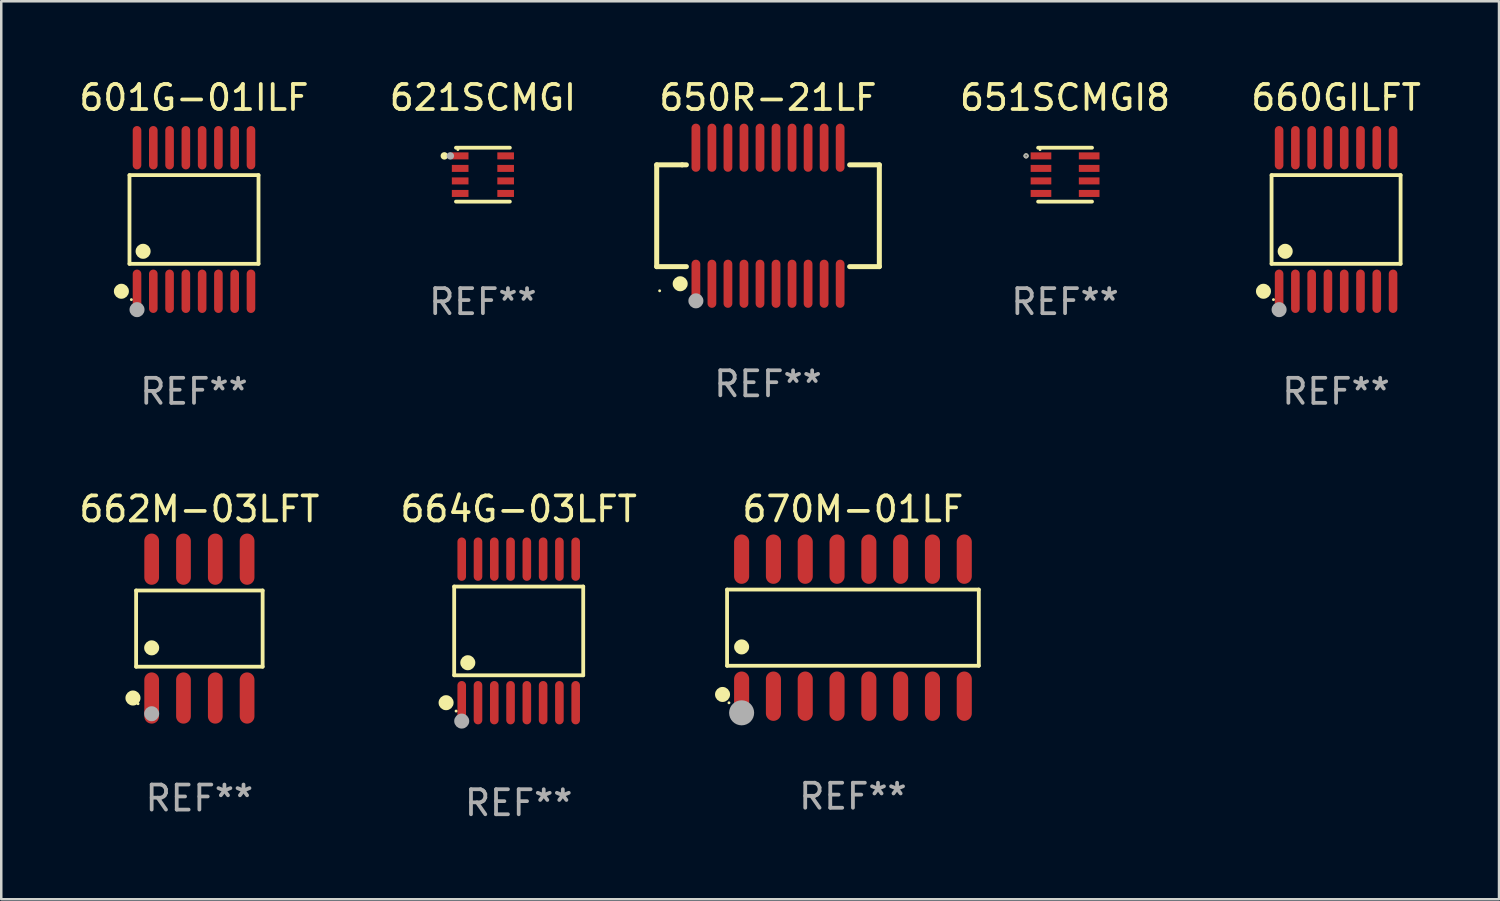
<source format=kicad_pcb>
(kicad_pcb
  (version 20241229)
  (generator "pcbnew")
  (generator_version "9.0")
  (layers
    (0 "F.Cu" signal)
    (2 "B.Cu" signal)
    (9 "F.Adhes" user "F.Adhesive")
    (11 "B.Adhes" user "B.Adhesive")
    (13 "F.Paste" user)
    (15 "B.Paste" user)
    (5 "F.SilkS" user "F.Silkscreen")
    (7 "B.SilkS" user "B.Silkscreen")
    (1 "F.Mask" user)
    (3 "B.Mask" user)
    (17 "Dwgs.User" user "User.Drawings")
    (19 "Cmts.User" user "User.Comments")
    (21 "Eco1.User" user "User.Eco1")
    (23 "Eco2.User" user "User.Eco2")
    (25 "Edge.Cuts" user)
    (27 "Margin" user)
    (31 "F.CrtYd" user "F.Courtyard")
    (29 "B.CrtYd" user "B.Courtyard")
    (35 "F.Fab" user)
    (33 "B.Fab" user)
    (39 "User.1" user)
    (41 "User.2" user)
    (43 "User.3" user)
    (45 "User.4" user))
  (footprint "662M-03LFT"
    (layer "F.Cu")
    (at 4.911 22.049)
    (property "Reference" "662M-03LFT" (at 0 -4.772 0) (layer "F.SilkS") (effects (font (size 1 1) (thickness 0.15))))
    (attr through_hole)
    (fp_line (start -2.526 -1.521) (end 2.526 -1.521) (stroke (width 0.152) (type solid)) (layer "F.SilkS"))
    (fp_line (start -2.526 1.521) (end -2.526 -1.521) (stroke (width 0.152) (type solid)) (layer "F.SilkS"))
    (fp_line (start 2.526 -1.521) (end 2.526 1.521) (stroke (width 0.152) (type solid)) (layer "F.SilkS"))
    (fp_line (start 2.526 1.521) (end -2.526 1.521) (stroke (width 0.152) (type solid)) (layer "F.SilkS"))
    (fp_circle (center -2.652 2.772) (end -2.501 2.772) (stroke (width 0.3) (type solid)) (fill no) (layer "F.SilkS"))
    (fp_circle (center -2.45 3) (end -2.42 3) (stroke (width 0.06) (type solid)) (fill no) (layer "F.SilkS"))
    (fp_circle (center -1.905 0.769) (end -1.755 0.769) (stroke (width 0.3) (type solid)) (fill no) (layer "F.SilkS"))
    (fp_circle (center -1.905 3.4) (end -1.755 3.4) (stroke (width 0.3) (type solid)) (fill no) (layer "F.Fab"))
    (fp_text user "REF**" (at 0 6.772 0) (layer "F.Fab") (effects (font (size 1 1) (thickness 0.15))))
    (pad "1" smd oval (at -1.905 2.772) (size 0.588 2.045) (layers "F.Cu" "F.Mask" "F.Paste"))
    (pad "2" smd oval (at -0.635 2.772) (size 0.588 2.045) (layers "F.Cu" "F.Mask" "F.Paste"))
    (pad "3" smd oval (at 0.635 2.772) (size 0.588 2.045) (layers "F.Cu" "F.Mask" "F.Paste"))
    (pad "4" smd oval (at 1.905 2.772) (size 0.588 2.045) (layers "F.Cu" "F.Mask" "F.Paste"))
    (pad "5" smd oval (at 1.905 -2.772) (size 0.588 2.045) (layers "F.Cu" "F.Mask" "F.Paste"))
    (pad "6" smd oval (at 0.635 -2.772) (size 0.588 2.045) (layers "F.Cu" "F.Mask" "F.Paste"))
    (pad "7" smd oval (at -0.635 -2.772) (size 0.588 2.045) (layers "F.Cu" "F.Mask" "F.Paste"))
    (pad "8" smd oval (at -1.905 -2.772) (size 0.588 2.045) (layers "F.Cu" "F.Mask" "F.Paste")))
  (footprint "601G-01ILF"
    (layer "F.Cu")
    (at 4.696 5.714)
    (property "Reference" "601G-01ILF" (at 0 -4.866 0) (layer "F.SilkS") (effects (font (size 1 1) (thickness 0.15))))
    (attr through_hole)
    (fp_line (start -2.576 -1.772) (end 2.576 -1.772) (stroke (width 0.152) (type solid)) (layer "F.SilkS"))
    (fp_line (start -2.576 1.771) (end -2.576 -1.772) (stroke (width 0.152) (type solid)) (layer "F.SilkS"))
    (fp_line (start 2.576 -1.772) (end 2.576 1.771) (stroke (width 0.152) (type solid)) (layer "F.SilkS"))
    (fp_line (start 2.576 1.771) (end -2.576 1.771) (stroke (width 0.152) (type solid)) (layer "F.SilkS"))
    (fp_circle (center -2.899 2.866) (end -2.749 2.866) (stroke (width 0.3) (type solid)) (fill no) (layer "F.SilkS"))
    (fp_circle (center -2.5 3.2) (end -2.47 3.2) (stroke (width 0.06) (type solid)) (fill no) (layer "F.SilkS"))
    (fp_circle (center -2.032 1.27) (end -1.882 1.27) (stroke (width 0.3) (type solid)) (fill no) (layer "F.SilkS"))
    (fp_circle (center -2.275 3.6) (end -2.125 3.6) (stroke (width 0.3) (type solid)) (fill no) (layer "F.Fab"))
    (fp_text user "REF**" (at 0 6.866 0) (layer "F.Fab") (effects (font (size 1 1) (thickness 0.15))))
    (pad "1" smd oval (at -2.275 2.866) (size 0.343 1.731) (layers "F.Cu" "F.Mask" "F.Paste"))
    (pad "2" smd oval (at -1.625 2.866) (size 0.343 1.731) (layers "F.Cu" "F.Mask" "F.Paste"))
    (pad "3" smd oval (at -0.975 2.866) (size 0.343 1.731) (layers "F.Cu" "F.Mask" "F.Paste"))
    (pad "4" smd oval (at -0.325 2.866) (size 0.343 1.731) (layers "F.Cu" "F.Mask" "F.Paste"))
    (pad "5" smd oval (at 0.325 2.866) (size 0.343 1.731) (layers "F.Cu" "F.Mask" "F.Paste"))
    (pad "6" smd oval (at 0.975 2.866) (size 0.343 1.731) (layers "F.Cu" "F.Mask" "F.Paste"))
    (pad "7" smd oval (at 1.625 2.866) (size 0.343 1.731) (layers "F.Cu" "F.Mask" "F.Paste"))
    (pad "8" smd oval (at 2.275 2.866) (size 0.343 1.731) (layers "F.Cu" "F.Mask" "F.Paste"))
    (pad "9" smd oval (at 2.275 -2.866) (size 0.343 1.731) (layers "F.Cu" "F.Mask" "F.Paste"))
    (pad "10" smd oval (at 1.625 -2.866) (size 0.343 1.731) (layers "F.Cu" "F.Mask" "F.Paste"))
    (pad "11" smd oval (at 0.975 -2.866) (size 0.343 1.731) (layers "F.Cu" "F.Mask" "F.Paste"))
    (pad "12" smd oval (at 0.325 -2.866) (size 0.343 1.731) (layers "F.Cu" "F.Mask" "F.Paste"))
    (pad "13" smd oval (at -0.325 -2.866) (size 0.343 1.731) (layers "F.Cu" "F.Mask" "F.Paste"))
    (pad "14" smd oval (at -0.975 -2.866) (size 0.343 1.731) (layers "F.Cu" "F.Mask" "F.Paste"))
    (pad "15" smd oval (at -1.625 -2.866) (size 0.343 1.731) (layers "F.Cu" "F.Mask" "F.Paste"))
    (pad "16" smd oval (at -2.275 -2.866) (size 0.343 1.731) (layers "F.Cu" "F.Mask" "F.Paste")))
  (footprint "650R-21LF"
    (layer "F.Cu")
    (at 27.616 5.564)
    (property "Reference" "650R-21LF" (at 0 -4.716 0) (layer "F.SilkS") (effects (font (size 1 1) (thickness 0.15))))
    (attr through_hole)
    (fp_line (start -4.445 -2.032) (end -4.445 2.032) (stroke (width 0.2) (type solid)) (layer "F.SilkS"))
    (fp_line (start -4.445 2.032) (end -3.259 2.032) (stroke (width 0.2) (type solid)) (layer "F.SilkS"))
    (fp_line (start -3.429 -2.032) (end -4.445 -2.032) (stroke (width 0.2) (type solid)) (layer "F.SilkS"))
    (fp_line (start -3.259 -2.032) (end -3.429 -2.032) (stroke (width 0.2) (type solid)) (layer "F.SilkS"))
    (fp_line (start 3.259 2.032) (end 4.445 2.032) (stroke (width 0.2) (type solid)) (layer "F.SilkS"))
    (fp_line (start 4.445 -2.032) (end 3.259 -2.032) (stroke (width 0.2) (type solid)) (layer "F.SilkS"))
    (fp_line (start 4.445 2.032) (end 4.445 -2.032) (stroke (width 0.2) (type solid)) (layer "F.SilkS"))
    (fp_circle (center -4.327 2.997) (end -4.297 2.997) (stroke (width 0.06) (type solid)) (fill no) (layer "F.SilkS"))
    (fp_circle (center -3.507 2.716) (end -3.357 2.716) (stroke (width 0.3) (type solid)) (fill no) (layer "F.SilkS"))
    (fp_circle (center -2.88 3.398) (end -2.73 3.398) (stroke (width 0.3) (type solid)) (fill no) (layer "F.Fab"))
    (fp_text user "REF**" (at 0 6.716 0) (layer "F.Fab") (effects (font (size 1 1) (thickness 0.15))))
    (pad "1" smd oval (at -2.88 2.716) (size 0.35 1.922) (layers "F.Cu" "F.Mask" "F.Paste"))
    (pad "2" smd oval (at -2.24 2.716) (size 0.35 1.922) (layers "F.Cu" "F.Mask" "F.Paste"))
    (pad "3" smd oval (at -1.6 2.716) (size 0.35 1.922) (layers "F.Cu" "F.Mask" "F.Paste"))
    (pad "4" smd oval (at -0.96 2.716) (size 0.35 1.922) (layers "F.Cu" "F.Mask" "F.Paste"))
    (pad "5" smd oval (at -0.32 2.716) (size 0.35 1.922) (layers "F.Cu" "F.Mask" "F.Paste"))
    (pad "6" smd oval (at 0.32 2.716) (size 0.35 1.922) (layers "F.Cu" "F.Mask" "F.Paste"))
    (pad "7" smd oval (at 0.96 2.716) (size 0.35 1.922) (layers "F.Cu" "F.Mask" "F.Paste"))
    (pad "8" smd oval (at 1.6 2.716) (size 0.35 1.922) (layers "F.Cu" "F.Mask" "F.Paste"))
    (pad "9" smd oval (at 2.24 2.716) (size 0.35 1.922) (layers "F.Cu" "F.Mask" "F.Paste"))
    (pad "10" smd oval (at 2.88 2.716) (size 0.35 1.922) (layers "F.Cu" "F.Mask" "F.Paste"))
    (pad "11" smd oval (at 2.88 -2.716) (size 0.35 1.922) (layers "F.Cu" "F.Mask" "F.Paste"))
    (pad "12" smd oval (at 2.24 -2.716) (size 0.35 1.922) (layers "F.Cu" "F.Mask" "F.Paste"))
    (pad "13" smd oval (at 1.6 -2.716) (size 0.35 1.922) (layers "F.Cu" "F.Mask" "F.Paste"))
    (pad "14" smd oval (at 0.96 -2.716) (size 0.35 1.922) (layers "F.Cu" "F.Mask" "F.Paste"))
    (pad "15" smd oval (at 0.32 -2.716) (size 0.35 1.922) (layers "F.Cu" "F.Mask" "F.Paste"))
    (pad "16" smd oval (at -0.32 -2.716) (size 0.35 1.922) (layers "F.Cu" "F.Mask" "F.Paste"))
    (pad "17" smd oval (at -0.96 -2.716) (size 0.35 1.922) (layers "F.Cu" "F.Mask" "F.Paste"))
    (pad "18" smd oval (at -1.6 -2.716) (size 0.35 1.922) (layers "F.Cu" "F.Mask" "F.Paste"))
    (pad "19" smd oval (at -2.24 -2.716) (size 0.35 1.922) (layers "F.Cu" "F.Mask" "F.Paste"))
    (pad "20" smd oval (at -2.88 -2.716) (size 0.35 1.922) (layers "F.Cu" "F.Mask" "F.Paste")))
  (footprint "670M-01LF"
    (layer "F.Cu")
    (at 31.007 22.012)
    (property "Reference" "670M-01LF" (at 0 -4.736 0) (layer "F.SilkS") (effects (font (size 1 1) (thickness 0.15))))
    (attr through_hole)
    (fp_line (start -5.026 -1.521) (end 5.026 -1.521) (stroke (width 0.152) (type solid)) (layer "F.SilkS"))
    (fp_line (start -5.026 1.521) (end -5.026 -1.521) (stroke (width 0.152) (type solid)) (layer "F.SilkS"))
    (fp_line (start 5.026 -1.521) (end 5.026 1.521) (stroke (width 0.152) (type solid)) (layer "F.SilkS"))
    (fp_line (start 5.026 1.521) (end -5.026 1.521) (stroke (width 0.152) (type solid)) (layer "F.SilkS"))
    (fp_circle (center -5.207 2.667) (end -5.057 2.667) (stroke (width 0.3) (type solid)) (fill no) (layer "F.SilkS"))
    (fp_circle (center -4.95 3) (end -4.92 3) (stroke (width 0.06) (type solid)) (fill no) (layer "F.SilkS"))
    (fp_circle (center -4.445 0.769) (end -4.295 0.769) (stroke (width 0.3) (type solid)) (fill no) (layer "F.SilkS"))
    (fp_circle (center -4.445 3.4) (end -4.195 3.4) (stroke (width 0.5) (type solid)) (fill no) (layer "F.Fab"))
    (fp_text user "REF**" (at 0 6.736 0) (layer "F.Fab") (effects (font (size 1 1) (thickness 0.15))))
    (pad "1" smd oval (at -4.445 2.736) (size 0.602 1.971) (layers "F.Cu" "F.Mask" "F.Paste"))
    (pad "2" smd oval (at -3.175 2.736) (size 0.602 1.971) (layers "F.Cu" "F.Mask" "F.Paste"))
    (pad "3" smd oval (at -1.905 2.736) (size 0.602 1.971) (layers "F.Cu" "F.Mask" "F.Paste"))
    (pad "4" smd oval (at -0.635 2.736) (size 0.602 1.971) (layers "F.Cu" "F.Mask" "F.Paste"))
    (pad "5" smd oval (at 0.635 2.736) (size 0.602 1.971) (layers "F.Cu" "F.Mask" "F.Paste"))
    (pad "6" smd oval (at 1.905 2.736) (size 0.602 1.971) (layers "F.Cu" "F.Mask" "F.Paste"))
    (pad "7" smd oval (at 3.175 2.736) (size 0.602 1.971) (layers "F.Cu" "F.Mask" "F.Paste"))
    (pad "8" smd oval (at 4.445 2.736) (size 0.602 1.971) (layers "F.Cu" "F.Mask" "F.Paste"))
    (pad "9" smd oval (at 4.445 -2.736) (size 0.602 1.971) (layers "F.Cu" "F.Mask" "F.Paste"))
    (pad "10" smd oval (at 3.175 -2.736) (size 0.602 1.971) (layers "F.Cu" "F.Mask" "F.Paste"))
    (pad "11" smd oval (at 1.905 -2.736) (size 0.602 1.971) (layers "F.Cu" "F.Mask" "F.Paste"))
    (pad "12" smd oval (at 0.635 -2.736) (size 0.602 1.971) (layers "F.Cu" "F.Mask" "F.Paste"))
    (pad "13" smd oval (at -0.635 -2.736) (size 0.602 1.971) (layers "F.Cu" "F.Mask" "F.Paste"))
    (pad "14" smd oval (at -1.905 -2.736) (size 0.602 1.971) (layers "F.Cu" "F.Mask" "F.Paste"))
    (pad "15" smd oval (at -3.175 -2.736) (size 0.602 1.971) (layers "F.Cu" "F.Mask" "F.Paste"))
    (pad "16" smd oval (at -4.445 -2.736) (size 0.602 1.971) (layers "F.Cu" "F.Mask" "F.Paste")))
  (footprint "651SCMGI8"
    (layer "F.Cu")
    (at 39.477 3.924)
    (property "Reference" "651SCMGI8" (at 0 -3.076 0) (layer "F.SilkS") (effects (font (size 1 1) (thickness 0.15))))
    (attr through_hole)
    (fp_line (start -1.076 -1.076) (end 1.076 -1.076) (stroke (width 0.152) (type solid)) (layer "F.SilkS"))
    (fp_line (start -1.076 1.076) (end 1.076 1.076) (stroke (width 0.152) (type solid)) (layer "F.SilkS"))
    (fp_circle (center -1.557 -0.75) (end -1.523 -0.75) (stroke (width 0.069) (type solid)) (fill no) (layer "F.SilkS"))
    (fp_circle (center -1 -1) (end -0.97 -1) (stroke (width 0.06) (type solid)) (fill no) (layer "F.SilkS"))
    (fp_circle (center -1.557 -0.75) (end -1.523 -0.75) (stroke (width 0.069) (type solid)) (fill no) (layer "F.Fab"))
    (fp_text user "REF**" (at 0 5.076 0) (layer "F.Fab") (effects (font (size 1 1) (thickness 0.15))))
    (pad "1" smd rect (at -0.962 -0.75) (size 0.825 0.28) (layers "F.Cu" "F.Mask" "F.Paste"))
    (pad "2" smd rect (at -0.962 -0.25) (size 0.825 0.28) (layers "F.Cu" "F.Mask" "F.Paste"))
    (pad "3" smd rect (at -0.962 0.25) (size 0.825 0.28) (layers "F.Cu" "F.Mask" "F.Paste"))
    (pad "4" smd rect (at -0.962 0.75) (size 0.825 0.28) (layers "F.Cu" "F.Mask" "F.Paste"))
    (pad "5" smd rect (at 0.962 0.75) (size 0.825 0.28) (layers "F.Cu" "F.Mask" "F.Paste"))
    (pad "6" smd rect (at 0.962 0.25) (size 0.825 0.28) (layers "F.Cu" "F.Mask" "F.Paste"))
    (pad "7" smd rect (at 0.962 -0.25) (size 0.825 0.28) (layers "F.Cu" "F.Mask" "F.Paste"))
    (pad "8" smd rect (at 0.962 -0.75) (size 0.825 0.28) (layers "F.Cu" "F.Mask" "F.Paste")))
  (footprint "664G-03LFT"
    (layer "F.Cu")
    (at 17.661 22.142)
    (property "Reference" "664G-03LFT" (at 0 -4.866 0) (layer "F.SilkS") (effects (font (size 1 1) (thickness 0.15))))
    (attr through_hole)
    (fp_line (start -2.576 -1.772) (end 2.576 -1.772) (stroke (width 0.152) (type solid)) (layer "F.SilkS"))
    (fp_line (start -2.576 1.771) (end -2.576 -1.772) (stroke (width 0.152) (type solid)) (layer "F.SilkS"))
    (fp_line (start 2.576 -1.772) (end 2.576 1.771) (stroke (width 0.152) (type solid)) (layer "F.SilkS"))
    (fp_line (start 2.576 1.771) (end -2.576 1.771) (stroke (width 0.152) (type solid)) (layer "F.SilkS"))
    (fp_circle (center -2.899 2.866) (end -2.749 2.866) (stroke (width 0.3) (type solid)) (fill no) (layer "F.SilkS"))
    (fp_circle (center -2.5 3.2) (end -2.47 3.2) (stroke (width 0.06) (type solid)) (fill no) (layer "F.SilkS"))
    (fp_circle (center -2.032 1.27) (end -1.882 1.27) (stroke (width 0.3) (type solid)) (fill no) (layer "F.SilkS"))
    (fp_circle (center -2.275 3.6) (end -2.125 3.6) (stroke (width 0.3) (type solid)) (fill no) (layer "F.Fab"))
    (fp_text user "REF**" (at 0 6.866 0) (layer "F.Fab") (effects (font (size 1 1) (thickness 0.15))))
    (pad "1" smd oval (at -2.275 2.866) (size 0.343 1.731) (layers "F.Cu" "F.Mask" "F.Paste"))
    (pad "2" smd oval (at -1.625 2.866) (size 0.343 1.731) (layers "F.Cu" "F.Mask" "F.Paste"))
    (pad "3" smd oval (at -0.975 2.866) (size 0.343 1.731) (layers "F.Cu" "F.Mask" "F.Paste"))
    (pad "4" smd oval (at -0.325 2.866) (size 0.343 1.731) (layers "F.Cu" "F.Mask" "F.Paste"))
    (pad "5" smd oval (at 0.325 2.866) (size 0.343 1.731) (layers "F.Cu" "F.Mask" "F.Paste"))
    (pad "6" smd oval (at 0.975 2.866) (size 0.343 1.731) (layers "F.Cu" "F.Mask" "F.Paste"))
    (pad "7" smd oval (at 1.625 2.866) (size 0.343 1.731) (layers "F.Cu" "F.Mask" "F.Paste"))
    (pad "8" smd oval (at 2.275 2.866) (size 0.343 1.731) (layers "F.Cu" "F.Mask" "F.Paste"))
    (pad "9" smd oval (at 2.275 -2.866) (size 0.343 1.731) (layers "F.Cu" "F.Mask" "F.Paste"))
    (pad "10" smd oval (at 1.625 -2.866) (size 0.343 1.731) (layers "F.Cu" "F.Mask" "F.Paste"))
    (pad "11" smd oval (at 0.975 -2.866) (size 0.343 1.731) (layers "F.Cu" "F.Mask" "F.Paste"))
    (pad "12" smd oval (at 0.325 -2.866) (size 0.343 1.731) (layers "F.Cu" "F.Mask" "F.Paste"))
    (pad "13" smd oval (at -0.325 -2.866) (size 0.343 1.731) (layers "F.Cu" "F.Mask" "F.Paste"))
    (pad "14" smd oval (at -0.975 -2.866) (size 0.343 1.731) (layers "F.Cu" "F.Mask" "F.Paste"))
    (pad "15" smd oval (at -1.625 -2.866) (size 0.343 1.731) (layers "F.Cu" "F.Mask" "F.Paste"))
    (pad "16" smd oval (at -2.275 -2.866) (size 0.343 1.731) (layers "F.Cu" "F.Mask" "F.Paste")))
  (footprint "660GILFT"
    (layer "F.Cu")
    (at 50.298 5.714)
    (property "Reference" "660GILFT" (at 0 -4.866 0) (layer "F.SilkS") (effects (font (size 1 1) (thickness 0.15))))
    (attr through_hole)
    (fp_line (start -2.576 -1.772) (end 2.576 -1.772) (stroke (width 0.152) (type solid)) (layer "F.SilkS"))
    (fp_line (start -2.576 1.771) (end -2.576 -1.772) (stroke (width 0.152) (type solid)) (layer "F.SilkS"))
    (fp_line (start 2.576 -1.772) (end 2.576 1.771) (stroke (width 0.152) (type solid)) (layer "F.SilkS"))
    (fp_line (start 2.576 1.771) (end -2.576 1.771) (stroke (width 0.152) (type solid)) (layer "F.SilkS"))
    (fp_circle (center -2.899 2.866) (end -2.749 2.866) (stroke (width 0.3) (type solid)) (fill no) (layer "F.SilkS"))
    (fp_circle (center -2.5 3.2) (end -2.47 3.2) (stroke (width 0.06) (type solid)) (fill no) (layer "F.SilkS"))
    (fp_circle (center -2.032 1.27) (end -1.882 1.27) (stroke (width 0.3) (type solid)) (fill no) (layer "F.SilkS"))
    (fp_circle (center -2.275 3.6) (end -2.125 3.6) (stroke (width 0.3) (type solid)) (fill no) (layer "F.Fab"))
    (fp_text user "REF**" (at 0 6.866 0) (layer "F.Fab") (effects (font (size 1 1) (thickness 0.15))))
    (pad "1" smd oval (at -2.275 2.866) (size 0.343 1.731) (layers "F.Cu" "F.Mask" "F.Paste"))
    (pad "2" smd oval (at -1.625 2.866) (size 0.343 1.731) (layers "F.Cu" "F.Mask" "F.Paste"))
    (pad "3" smd oval (at -0.975 2.866) (size 0.343 1.731) (layers "F.Cu" "F.Mask" "F.Paste"))
    (pad "4" smd oval (at -0.325 2.866) (size 0.343 1.731) (layers "F.Cu" "F.Mask" "F.Paste"))
    (pad "5" smd oval (at 0.325 2.866) (size 0.343 1.731) (layers "F.Cu" "F.Mask" "F.Paste"))
    (pad "6" smd oval (at 0.975 2.866) (size 0.343 1.731) (layers "F.Cu" "F.Mask" "F.Paste"))
    (pad "7" smd oval (at 1.625 2.866) (size 0.343 1.731) (layers "F.Cu" "F.Mask" "F.Paste"))
    (pad "8" smd oval (at 2.275 2.866) (size 0.343 1.731) (layers "F.Cu" "F.Mask" "F.Paste"))
    (pad "9" smd oval (at 2.275 -2.866) (size 0.343 1.731) (layers "F.Cu" "F.Mask" "F.Paste"))
    (pad "10" smd oval (at 1.625 -2.866) (size 0.343 1.731) (layers "F.Cu" "F.Mask" "F.Paste"))
    (pad "11" smd oval (at 0.975 -2.866) (size 0.343 1.731) (layers "F.Cu" "F.Mask" "F.Paste"))
    (pad "12" smd oval (at 0.325 -2.866) (size 0.343 1.731) (layers "F.Cu" "F.Mask" "F.Paste"))
    (pad "13" smd oval (at -0.325 -2.866) (size 0.343 1.731) (layers "F.Cu" "F.Mask" "F.Paste"))
    (pad "14" smd oval (at -0.975 -2.866) (size 0.343 1.731) (layers "F.Cu" "F.Mask" "F.Paste"))
    (pad "15" smd oval (at -1.625 -2.866) (size 0.343 1.731) (layers "F.Cu" "F.Mask" "F.Paste"))
    (pad "16" smd oval (at -2.275 -2.866) (size 0.343 1.731) (layers "F.Cu" "F.Mask" "F.Paste")))
  (footprint "621SCMGI"
    (layer "F.Cu")
    (at 16.232 3.924)
    (property "Reference" "621SCMGI" (at 0 -3.076 0) (layer "F.SilkS") (effects (font (size 1 1) (thickness 0.15))))
    (attr through_hole)
    (fp_line (start -1.076 -1.076) (end 1.076 -1.076) (stroke (width 0.152) (type solid)) (layer "F.SilkS"))
    (fp_line (start -1.076 1.076) (end 1.076 1.076) (stroke (width 0.152) (type solid)) (layer "F.SilkS"))
    (fp_circle (center -1.54 -0.75) (end -1.465 -0.75) (stroke (width 0.15) (type solid)) (fill no) (layer "F.SilkS"))
    (fp_circle (center -1 -1) (end -0.97 -1) (stroke (width 0.06) (type solid)) (fill no) (layer "F.SilkS"))
    (fp_circle (center -1.3 -0.75) (end -1.225 -0.75) (stroke (width 0.15) (type solid)) (fill no) (layer "F.Fab"))
    (fp_text user "REF**" (at 0 5.076 0) (layer "F.Fab") (effects (font (size 1 1) (thickness 0.15))))
    (pad "1" smd rect (at -0.908 -0.75) (size 0.665 0.28) (layers "F.Cu" "F.Mask" "F.Paste"))
    (pad "2" smd rect (at -0.908 -0.25) (size 0.665 0.28) (layers "F.Cu" "F.Mask" "F.Paste"))
    (pad "3" smd rect (at -0.908 0.25) (size 0.665 0.28) (layers "F.Cu" "F.Mask" "F.Paste"))
    (pad "4" smd rect (at -0.908 0.75) (size 0.665 0.28) (layers "F.Cu" "F.Mask" "F.Paste"))
    (pad "5" smd rect (at 0.908 0.75) (size 0.665 0.28) (layers "F.Cu" "F.Mask" "F.Paste"))
    (pad "6" smd rect (at 0.908 0.25) (size 0.665 0.28) (layers "F.Cu" "F.Mask" "F.Paste"))
    (pad "7" smd rect (at 0.908 -0.25) (size 0.665 0.28) (layers "F.Cu" "F.Mask" "F.Paste"))
    (pad "8" smd rect (at 0.908 -0.75) (size 0.665 0.28) (layers "F.Cu" "F.Mask" "F.Paste")))
  (gr_rect
    (start -3 -3)
    (end 56.804 32.856)
    (stroke (width 0.1) (type default))
    (fill no)
    (layer "Edge.Cuts")))
</source>
